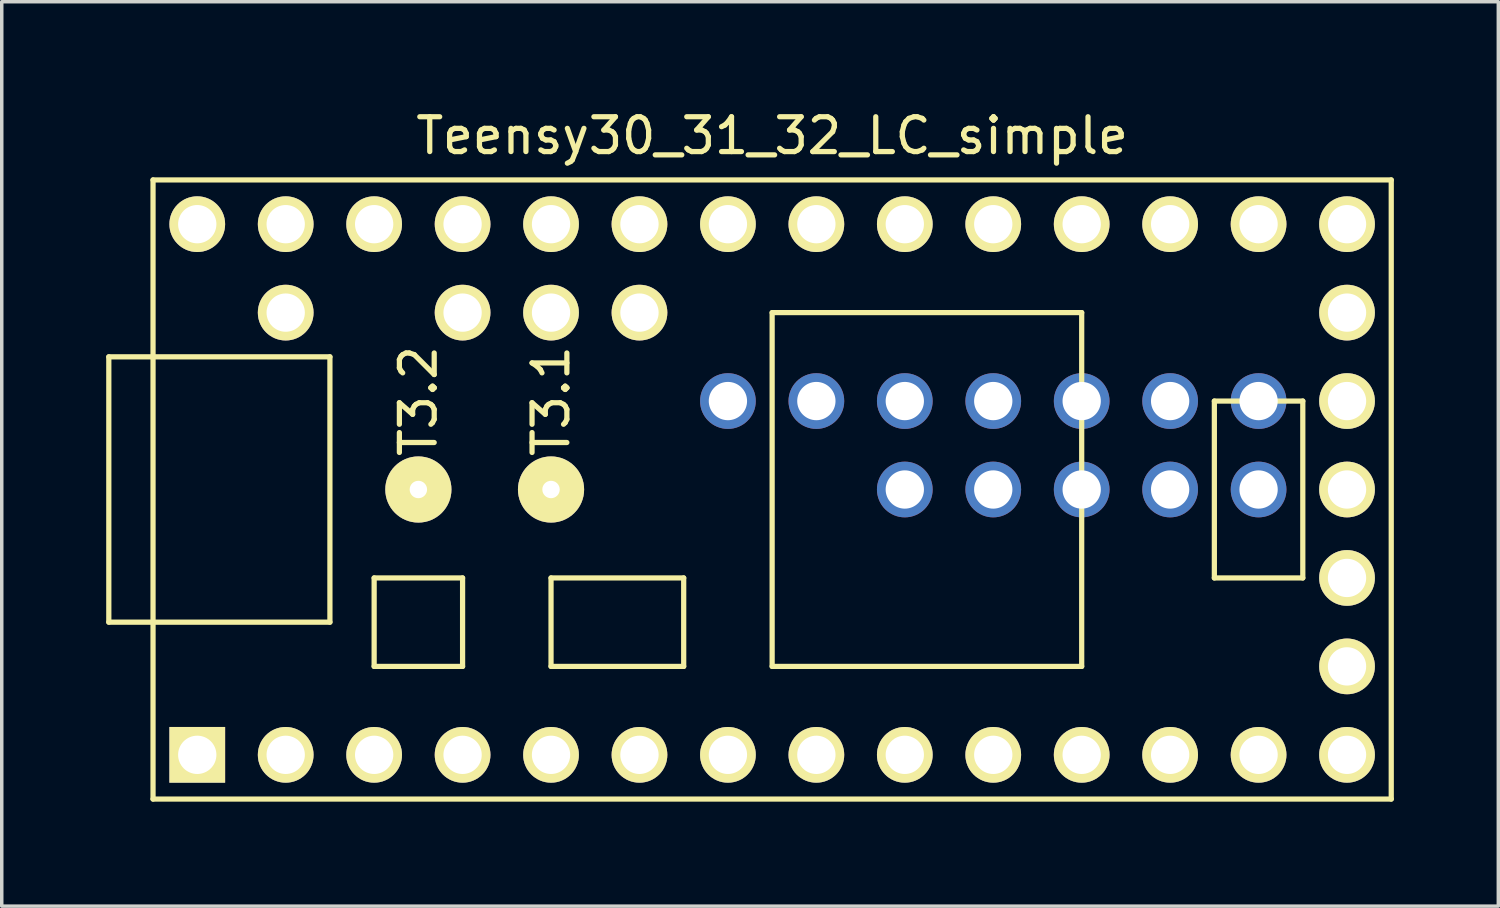
<source format=kicad_pcb>
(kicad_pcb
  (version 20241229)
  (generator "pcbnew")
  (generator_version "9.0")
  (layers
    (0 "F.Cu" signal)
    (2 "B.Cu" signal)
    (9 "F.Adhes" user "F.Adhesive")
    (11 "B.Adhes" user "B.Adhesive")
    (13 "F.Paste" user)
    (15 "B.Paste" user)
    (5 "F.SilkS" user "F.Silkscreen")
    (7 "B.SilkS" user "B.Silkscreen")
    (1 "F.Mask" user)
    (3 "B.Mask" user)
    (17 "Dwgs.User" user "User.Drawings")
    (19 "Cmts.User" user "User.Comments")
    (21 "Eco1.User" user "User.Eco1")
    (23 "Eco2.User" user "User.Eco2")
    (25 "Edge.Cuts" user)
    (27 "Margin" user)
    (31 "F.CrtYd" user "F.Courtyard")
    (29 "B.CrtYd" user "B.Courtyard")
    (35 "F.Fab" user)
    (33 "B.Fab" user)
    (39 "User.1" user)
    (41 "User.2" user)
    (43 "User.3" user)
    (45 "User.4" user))
  (footprint "Teensy30_31_32_LC_simple"
    (layer "F.Cu")
    (at 19.125 11.008)
    (property "Reference" "Teensy30_31_32_LC_simple" (at 0 -10.16 0) (layer "F.SilkS") (effects (font (size 1 1) (thickness 0.15))))
    (attr through_hole)
    (fp_line (start -19.05 -3.81) (end -17.78 -3.81) (stroke (width 0.15) (type solid)) (layer "F.SilkS"))
    (fp_line (start -19.05 3.81) (end -19.05 -3.81) (stroke (width 0.15) (type solid)) (layer "F.SilkS"))
    (fp_line (start -17.78 -8.89) (end 17.78 -8.89) (stroke (width 0.15) (type solid)) (layer "F.SilkS"))
    (fp_line (start -17.78 3.81) (end -19.05 3.81) (stroke (width 0.15) (type solid)) (layer "F.SilkS"))
    (fp_line (start -17.78 8.89) (end -17.78 -8.89) (stroke (width 0.15) (type solid)) (layer "F.SilkS"))
    (fp_line (start -12.7 -3.81) (end -17.78 -3.81) (stroke (width 0.15) (type solid)) (layer "F.SilkS"))
    (fp_line (start -12.7 3.81) (end -17.78 3.81) (stroke (width 0.15) (type solid)) (layer "F.SilkS"))
    (fp_line (start -12.7 3.81) (end -12.7 -3.81) (stroke (width 0.15) (type solid)) (layer "F.SilkS"))
    (fp_line (start -11.43 2.54) (end -11.43 5.08) (stroke (width 0.15) (type solid)) (layer "F.SilkS"))
    (fp_line (start -11.43 5.08) (end -8.89 5.08) (stroke (width 0.15) (type solid)) (layer "F.SilkS"))
    (fp_line (start -8.89 2.54) (end -11.43 2.54) (stroke (width 0.15) (type solid)) (layer "F.SilkS"))
    (fp_line (start -8.89 5.08) (end -8.89 2.54) (stroke (width 0.15) (type solid)) (layer "F.SilkS"))
    (fp_line (start -6.35 2.54) (end -6.35 5.08) (stroke (width 0.15) (type solid)) (layer "F.SilkS"))
    (fp_line (start -6.35 5.08) (end -2.54 5.08) (stroke (width 0.15) (type solid)) (layer "F.SilkS"))
    (fp_line (start -2.54 2.54) (end -6.35 2.54) (stroke (width 0.15) (type solid)) (layer "F.SilkS"))
    (fp_line (start -2.54 5.08) (end -2.54 2.54) (stroke (width 0.15) (type solid)) (layer "F.SilkS"))
    (fp_line (start 0 -5.08) (end 0 5.08) (stroke (width 0.15) (type solid)) (layer "F.SilkS"))
    (fp_line (start 8.89 -5.08) (end 0 -5.08) (stroke (width 0.15) (type solid)) (layer "F.SilkS"))
    (fp_line (start 8.89 5.08) (end 0 5.08) (stroke (width 0.15) (type solid)) (layer "F.SilkS"))
    (fp_line (start 8.89 5.08) (end 8.89 -5.08) (stroke (width 0.15) (type solid)) (layer "F.SilkS"))
    (fp_line (start 12.7 -2.54) (end 15.24 -2.54) (stroke (width 0.15) (type solid)) (layer "F.SilkS"))
    (fp_line (start 12.7 2.54) (end 12.7 -2.54) (stroke (width 0.15) (type solid)) (layer "F.SilkS"))
    (fp_line (start 15.24 -2.54) (end 15.24 2.54) (stroke (width 0.15) (type solid)) (layer "F.SilkS"))
    (fp_line (start 15.24 2.54) (end 12.7 2.54) (stroke (width 0.15) (type solid)) (layer "F.SilkS"))
    (fp_line (start 17.78 -8.89) (end 17.78 8.89) (stroke (width 0.15) (type solid)) (layer "F.SilkS"))
    (fp_line (start 17.78 8.89) (end -17.78 8.89) (stroke (width 0.15) (type solid)) (layer "F.SilkS"))
    (fp_text user "T3.2" (at -10.16 -2.54 90) (layer "F.SilkS") (effects (font (size 1 1) (thickness 0.15))))
    (fp_text user "T3.1" (at -6.35 -2.54 90) (layer "F.SilkS") (effects (font (size 1 1) (thickness 0.15))))
    (pad "1" thru_hole rect (at -16.51 7.62) (size 1.6 1.6) (drill 1.1) (layers "*.Cu" "*.Mask" "F.SilkS"))
    (pad "2" thru_hole circle (at -13.97 7.62) (size 1.6 1.6) (drill 1.1) (layers "*.Mask" "B.Cu" "F.SilkS"))
    (pad "3" thru_hole circle (at -11.43 7.62) (size 1.6 1.6) (drill 1.1) (layers "*.Mask" "B.Cu" "F.SilkS"))
    (pad "4" thru_hole circle (at -8.89 7.62) (size 1.6 1.6) (drill 1.1) (layers "*.Cu" "*.Mask" "F.SilkS"))
    (pad "5" thru_hole circle (at -6.35 7.62) (size 1.6 1.6) (drill 1.1) (layers "*.Cu" "*.Mask" "F.SilkS"))
    (pad "6" thru_hole circle (at -3.81 7.62) (size 1.6 1.6) (drill 1.1) (layers "*.Cu" "*.Mask" "F.SilkS"))
    (pad "7" thru_hole circle (at -1.27 7.62) (size 1.6 1.6) (drill 1.1) (layers "*.Mask" "B.Cu" "F.SilkS"))
    (pad "8" thru_hole circle (at 1.27 7.62) (size 1.6 1.6) (drill 1.1) (layers "*.Mask" "B.Cu" "F.SilkS"))
    (pad "9" thru_hole circle (at 3.81 7.62) (size 1.6 1.6) (drill 1.1) (layers "*.Mask" "B.Cu" "F.SilkS"))
    (pad "10" thru_hole circle (at 6.35 7.62) (size 1.6 1.6) (drill 1.1) (layers "*.Mask" "B.Cu" "F.SilkS"))
    (pad "11" thru_hole circle (at 8.89 7.62) (size 1.6 1.6) (drill 1.1) (layers "*.Cu" "*.Mask" "F.SilkS"))
    (pad "12" thru_hole circle (at 11.43 7.62) (size 1.6 1.6) (drill 1.1) (layers "*.Mask" "B.Cu" "F.SilkS"))
    (pad "13" thru_hole circle (at 13.97 7.62) (size 1.6 1.6) (drill 1.1) (layers "*.Mask" "B.Cu" "F.SilkS"))
    (pad "14" thru_hole circle (at 16.51 7.62) (size 1.6 1.6) (drill 1.1) (layers "*.Mask" "B.Cu" "F.SilkS"))
    (pad "15" thru_hole circle (at 16.51 5.08) (size 1.6 1.6) (drill 1.1) (layers "*.Mask" "B.Cu" "F.SilkS"))
    (pad "16" thru_hole circle (at 16.51 2.54) (size 1.6 1.6) (drill 1.1) (layers "*.Mask" "B.Cu" "F.SilkS"))
    (pad "17" thru_hole circle (at 16.51 0) (size 1.6 1.6) (drill 1.1) (layers "*.Mask" "B.Cu" "F.SilkS"))
    (pad "18" thru_hole circle (at 16.51 -2.54) (size 1.6 1.6) (drill 1.1) (layers "*.Mask" "B.Cu" "F.SilkS"))
    (pad "19" thru_hole circle (at 16.51 -5.08) (size 1.6 1.6) (drill 1.1) (layers "*.Mask" "B.Cu" "F.SilkS"))
    (pad "20" thru_hole circle (at 16.51 -7.62) (size 1.6 1.6) (drill 1.1) (layers "*.Mask" "B.Cu" "F.SilkS"))
    (pad "21" thru_hole circle (at 13.97 -7.62) (size 1.6 1.6) (drill 1.1) (layers "*.Mask" "B.Cu" "F.SilkS"))
    (pad "22" thru_hole circle (at 11.43 -7.62) (size 1.6 1.6) (drill 1.1) (layers "*.Mask" "B.Cu" "F.SilkS"))
    (pad "23" thru_hole circle (at 8.89 -7.62) (size 1.6 1.6) (drill 1.1) (layers "*.Cu" "*.Mask" "F.SilkS"))
    (pad "24" thru_hole circle (at 6.35 -7.62) (size 1.6 1.6) (drill 1.1) (layers "*.Mask" "B.Cu" "F.SilkS"))
    (pad "25" thru_hole circle (at 3.81 -7.62) (size 1.6 1.6) (drill 1.1) (layers "*.Mask" "B.Cu" "F.SilkS"))
    (pad "26" thru_hole circle (at 1.27 -7.62) (size 1.6 1.6) (drill 1.1) (layers "*.Mask" "B.Cu" "F.SilkS"))
    (pad "27" thru_hole circle (at -1.27 -7.62) (size 1.6 1.6) (drill 1.1) (layers "*.Mask" "B.Cu" "F.SilkS"))
    (pad "28" thru_hole circle (at -3.81 -7.62) (size 1.6 1.6) (drill 1.1) (layers "*.Mask" "B.Cu" "F.SilkS"))
    (pad "29" thru_hole circle (at -6.35 -7.62) (size 1.6 1.6) (drill 1.1) (layers "*.Mask" "B.Cu" "F.SilkS"))
    (pad "30" thru_hole circle (at -8.89 -7.62) (size 1.6 1.6) (drill 1.1) (layers "*.Mask" "B.Cu" "F.SilkS"))
    (pad "31" thru_hole circle (at -11.43 -7.62) (size 1.6 1.6) (drill 1.1) (layers "*.Mask" "B.Cu" "F.SilkS"))
    (pad "32" thru_hole circle (at -13.97 -7.62) (size 1.6 1.6) (drill 1.1) (layers "*.Mask" "B.Cu" "F.SilkS"))
    (pad "33" thru_hole circle (at -16.51 -7.62) (size 1.6 1.6) (drill 1.1) (layers "*.Mask" "B.Cu" "F.SilkS"))
    (pad "34" thru_hole circle (at -13.97 -5.08) (size 1.6 1.6) (drill 1.1) (layers "*.Mask" "B.Cu" "F.SilkS"))
    (pad "35" thru_hole circle (at -8.89 -5.08) (size 1.6 1.6) (drill 1.1) (layers "*.Mask" "B.Cu" "F.SilkS"))
    (pad "36" thru_hole circle (at -6.35 -5.08) (size 1.6 1.6) (drill 1.1) (layers "*.Mask" "B.Cu" "F.SilkS"))
    (pad "37" thru_hole circle (at -3.81 -5.08) (size 1.6 1.6) (drill 1.1) (layers "*.Mask" "B.Cu" "F.SilkS"))
    (pad "40" thru_hole circle (at 3.81 0) (size 1.6 1.6) (drill 1.1) (layers "*.Mask" "B.Cu"))
    (pad "41" thru_hole circle (at 6.35 0) (size 1.6 1.6) (drill 1.1) (layers "*.Mask" "B.Cu"))
    (pad "42" thru_hole circle (at 8.89 0) (size 1.6 1.6) (drill 1.1) (layers "*.Mask" "B.Cu"))
    (pad "43" thru_hole circle (at 11.43 0) (size 1.6 1.6) (drill 1.1) (layers "*.Mask" "B.Cu"))
    (pad "44" thru_hole circle (at 13.97 0) (size 1.6 1.6) (drill 1.1) (layers "*.Mask" "B.Cu"))
    (pad "45" thru_hole circle (at 13.97 -2.54) (size 1.6 1.6) (drill 1.1) (layers "*.Mask" "B.Cu"))
    (pad "46" thru_hole circle (at 11.43 -2.54) (size 1.6 1.6) (drill 1.1) (layers "*.Mask" "B.Cu"))
    (pad "47" thru_hole circle (at 8.89 -2.54) (size 1.6 1.6) (drill 1.1) (layers "*.Mask" "B.Cu"))
    (pad "48" thru_hole circle (at 6.35 -2.54) (size 1.6 1.6) (drill 1.1) (layers "*.Mask" "B.Cu"))
    (pad "49" thru_hole circle (at 3.81 -2.54) (size 1.6 1.6) (drill 1.1) (layers "*.Mask" "B.Cu"))
    (pad "50" thru_hole circle (at 1.27 -2.54) (size 1.6 1.6) (drill 1.1) (layers "*.Mask" "B.Cu"))
    (pad "51" thru_hole circle (at -1.27 -2.54) (size 1.6 1.6) (drill 1.1) (layers "*.Mask" "B.Cu"))
    (pad "52" thru_hole circle (at -10.16 0) (size 1.9 1.9) (drill 0.5) (layers "*.Mask" "B.Cu" "F.SilkS"))
    (pad "52" thru_hole circle (at -6.35 0) (size 1.9 1.9) (drill 0.5) (layers "*.Mask" "B.Cu" "F.SilkS")))
  (gr_rect
    (start -3 -3)
    (end 39.98 22.973)
    (stroke (width 0.1) (type default))
    (fill no)
    (layer "Edge.Cuts")))
</source>
